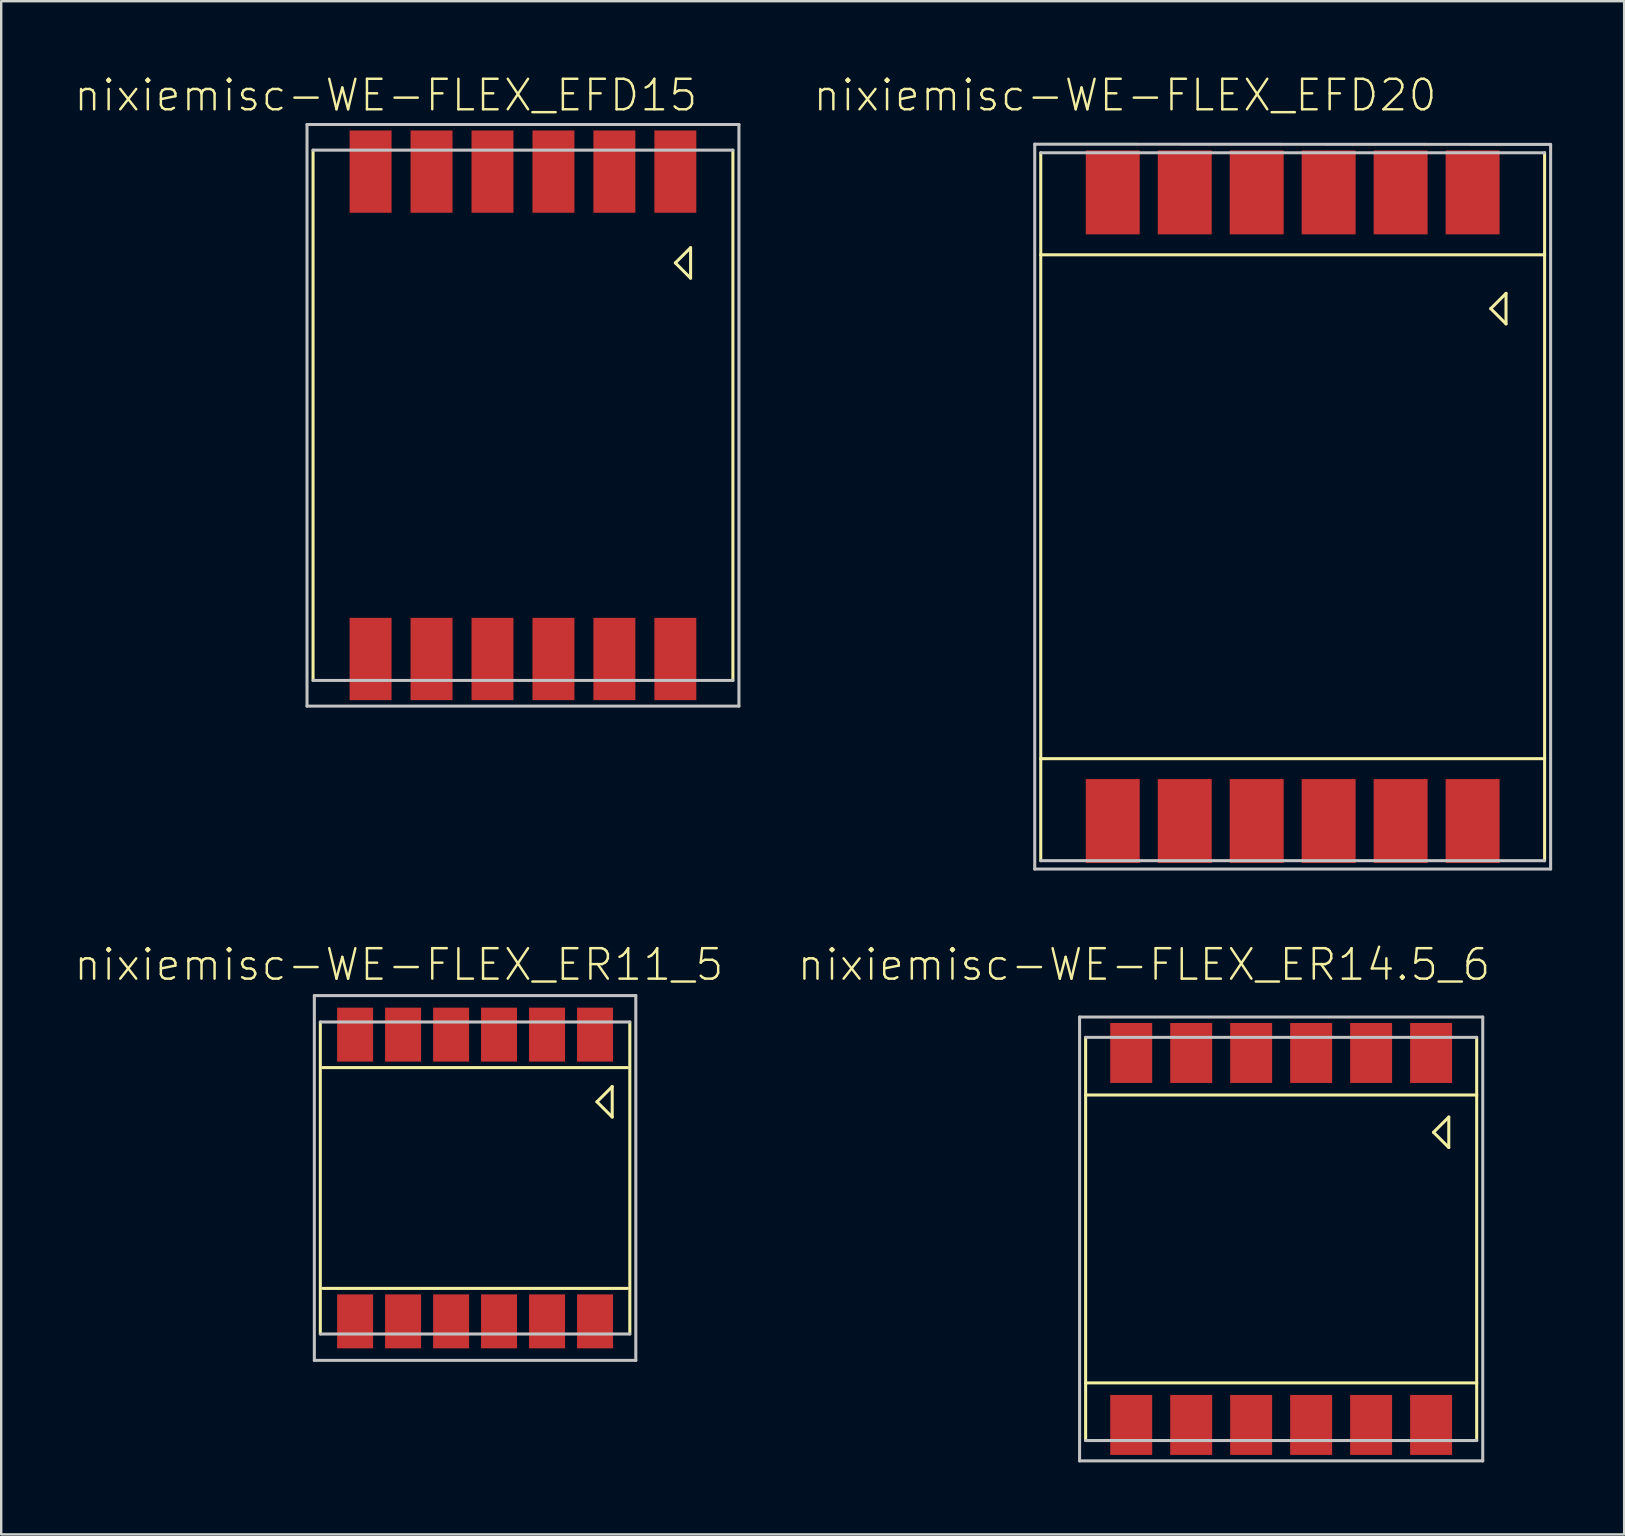
<source format=kicad_pcb>
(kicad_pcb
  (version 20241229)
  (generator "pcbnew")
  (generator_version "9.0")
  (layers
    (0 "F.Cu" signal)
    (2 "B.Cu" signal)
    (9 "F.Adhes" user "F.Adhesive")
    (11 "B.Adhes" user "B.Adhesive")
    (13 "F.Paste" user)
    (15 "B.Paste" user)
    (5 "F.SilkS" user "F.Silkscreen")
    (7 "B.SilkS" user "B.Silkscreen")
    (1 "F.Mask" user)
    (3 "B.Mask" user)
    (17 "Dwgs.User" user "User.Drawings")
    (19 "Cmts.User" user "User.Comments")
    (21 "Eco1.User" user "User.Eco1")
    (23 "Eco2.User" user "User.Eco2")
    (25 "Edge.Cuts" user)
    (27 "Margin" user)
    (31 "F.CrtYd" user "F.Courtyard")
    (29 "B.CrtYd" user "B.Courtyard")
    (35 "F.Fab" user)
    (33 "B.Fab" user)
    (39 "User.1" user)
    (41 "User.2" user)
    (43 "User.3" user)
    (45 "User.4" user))
  (footprint "nixiemisc-WE-FLEX_EFD20"
    (layer "F.Cu")
    (at 50.818 18.066)
    (property "Reference" "nixiemisc-WE-FLEX_EFD20" (at -6.985 -17.145 0) (layer "F.SilkS") (effects (font (size 1.27 1.27) (thickness 0.102))))
    (attr smd)
    (fp_line (start -10.498 -14.75) (end -10.498 -10.498) (stroke (width 0.127) (type solid)) (layer "F.SilkS"))
    (fp_line (start -10.498 -10.498) (end -10.498 10.498) (stroke (width 0.127) (type solid)) (layer "F.SilkS"))
    (fp_line (start -10.498 10.498) (end -10.498 14.75) (stroke (width 0.127) (type solid)) (layer "F.SilkS"))
    (fp_line (start 8.255 -8.255) (end 8.89 -7.62) (stroke (width 0.127) (type solid)) (layer "F.SilkS"))
    (fp_line (start 8.89 -8.89) (end 8.255 -8.255) (stroke (width 0.127) (type solid)) (layer "F.SilkS"))
    (fp_line (start 8.89 -7.62) (end 8.89 -8.89) (stroke (width 0.127) (type solid)) (layer "F.SilkS"))
    (fp_line (start 10.498 -10.498) (end -10.498 -10.498) (stroke (width 0.127) (type solid)) (layer "F.SilkS"))
    (fp_line (start 10.498 -10.498) (end 10.498 -14.75) (stroke (width 0.127) (type solid)) (layer "F.SilkS"))
    (fp_line (start 10.498 10.498) (end -10.498 10.498) (stroke (width 0.127) (type solid)) (layer "F.SilkS"))
    (fp_line (start 10.498 10.498) (end 10.498 -10.498) (stroke (width 0.127) (type solid)) (layer "F.SilkS"))
    (fp_line (start 10.498 14.75) (end 10.498 10.498) (stroke (width 0.127) (type solid)) (layer "F.SilkS"))
    (fp_line (start -10.749 -15.108) (end -10.749 15.098) (stroke (width 0.127) (type solid)) (layer "Dwgs.User"))
    (fp_line (start -10.749 15.098) (end 10.749 15.098) (stroke (width 0.127) (type solid)) (layer "Dwgs.User"))
    (fp_line (start -10.498 14.75) (end 10.498 14.75) (stroke (width 0.127) (type solid)) (layer "Dwgs.User"))
    (fp_line (start 10.498 -14.75) (end -10.498 -14.75) (stroke (width 0.127) (type solid)) (layer "Dwgs.User"))
    (fp_line (start 10.749 -15.098) (end -10.749 -15.108) (stroke (width 0.127) (type solid)) (layer "Dwgs.User"))
    (fp_line (start 10.749 15.098) (end 10.749 -15.098) (stroke (width 0.127) (type solid)) (layer "Dwgs.User"))
    (pad "1" smd rect (at 7.498 -13.099 180) (size 2.248 3.498) (layers "F.Cu" "F.Mask" "F.Paste"))
    (pad "2" smd rect (at 4.498 -13.099 180) (size 2.248 3.498) (layers "F.Cu" "F.Mask" "F.Paste"))
    (pad "3" smd rect (at 1.499 -13.099 180) (size 2.248 3.498) (layers "F.Cu" "F.Mask" "F.Paste"))
    (pad "4" smd rect (at -1.499 -13.099 180) (size 2.248 3.498) (layers "F.Cu" "F.Mask" "F.Paste"))
    (pad "5" smd rect (at -4.498 -13.099 180) (size 2.248 3.498) (layers "F.Cu" "F.Mask" "F.Paste"))
    (pad "6" smd rect (at -7.498 -13.099 180) (size 2.248 3.498) (layers "F.Cu" "F.Mask" "F.Paste"))
    (pad "7" smd rect (at -7.498 13.099 180) (size 2.248 3.498) (layers "F.Cu" "F.Mask" "F.Paste"))
    (pad "8" smd rect (at -4.498 13.099 180) (size 2.248 3.498) (layers "F.Cu" "F.Mask" "F.Paste"))
    (pad "9" smd rect (at -1.499 13.099 180) (size 2.248 3.498) (layers "F.Cu" "F.Mask" "F.Paste"))
    (pad "10" smd rect (at 1.499 13.099 180) (size 2.248 3.498) (layers "F.Cu" "F.Mask" "F.Paste"))
    (pad "11" smd rect (at 4.498 13.099 180) (size 2.248 3.498) (layers "F.Cu" "F.Mask" "F.Paste"))
    (pad "12" smd rect (at 7.498 13.099 180) (size 2.248 3.498) (layers "F.Cu" "F.Mask" "F.Paste")))
  (footprint "nixiemisc-WE-FLEX_EFD15"
    (layer "F.Cu")
    (at 18.743 14.256)
    (property "Reference" "nixiemisc-WE-FLEX_EFD15" (at -5.715 -13.335 0) (layer "F.SilkS") (effects (font (size 1.27 1.27) (thickness 0.102))))
    (attr smd)
    (fp_line (start -8.748 -11.049) (end -8.748 11.049) (stroke (width 0.127) (type solid)) (layer "F.SilkS"))
    (fp_line (start 6.35 -6.35) (end 6.985 -5.715) (stroke (width 0.127) (type solid)) (layer "F.SilkS"))
    (fp_line (start 6.985 -6.985) (end 6.35 -6.35) (stroke (width 0.127) (type solid)) (layer "F.SilkS"))
    (fp_line (start 6.985 -5.715) (end 6.985 -6.985) (stroke (width 0.127) (type solid)) (layer "F.SilkS"))
    (fp_line (start 8.748 11.049) (end 8.748 -11.049) (stroke (width 0.127) (type solid)) (layer "F.SilkS"))
    (fp_line (start -8.999 -12.118) (end -8.999 12.118) (stroke (width 0.127) (type solid)) (layer "Dwgs.User"))
    (fp_line (start -8.999 12.118) (end 8.999 12.118) (stroke (width 0.127) (type solid)) (layer "Dwgs.User"))
    (fp_line (start -8.748 11.049) (end 8.748 11.049) (stroke (width 0.127) (type solid)) (layer "Dwgs.User"))
    (fp_line (start 8.748 -11.049) (end -8.748 -11.049) (stroke (width 0.127) (type solid)) (layer "Dwgs.User"))
    (fp_line (start 8.999 -12.118) (end -8.999 -12.118) (stroke (width 0.127) (type solid)) (layer "Dwgs.User"))
    (fp_line (start 8.999 12.118) (end 8.999 -12.118) (stroke (width 0.127) (type solid)) (layer "Dwgs.User"))
    (pad "1" smd rect (at 6.35 -10.155 180) (size 1.748 3.429) (layers "F.Cu" "F.Mask" "F.Paste"))
    (pad "2" smd rect (at 3.81 -10.155 180) (size 1.748 3.429) (layers "F.Cu" "F.Mask" "F.Paste"))
    (pad "3" smd rect (at 1.27 -10.155 180) (size 1.748 3.429) (layers "F.Cu" "F.Mask" "F.Paste"))
    (pad "4" smd rect (at -1.27 -10.155 180) (size 1.748 3.429) (layers "F.Cu" "F.Mask" "F.Paste"))
    (pad "5" smd rect (at -3.81 -10.155 180) (size 1.748 3.429) (layers "F.Cu" "F.Mask" "F.Paste"))
    (pad "6" smd rect (at -6.35 -10.155 180) (size 1.748 3.429) (layers "F.Cu" "F.Mask" "F.Paste"))
    (pad "7" smd rect (at -6.35 10.155 180) (size 1.748 3.429) (layers "F.Cu" "F.Mask" "F.Paste"))
    (pad "8" smd rect (at -3.81 10.155 180) (size 1.748 3.429) (layers "F.Cu" "F.Mask" "F.Paste"))
    (pad "9" smd rect (at -1.27 10.155 180) (size 1.748 3.429) (layers "F.Cu" "F.Mask" "F.Paste"))
    (pad "10" smd rect (at 1.27 10.155 180) (size 1.748 3.429) (layers "F.Cu" "F.Mask" "F.Paste"))
    (pad "11" smd rect (at 3.81 10.155 180) (size 1.748 3.429) (layers "F.Cu" "F.Mask" "F.Paste"))
    (pad "12" smd rect (at 6.35 10.155 180) (size 1.748 3.429) (layers "F.Cu" "F.Mask" "F.Paste")))
  (footprint "nixiemisc-WE-FLEX_ER11_5"
    (layer "F.Cu")
    (at 16.747 46.039)
    (property "Reference" "nixiemisc-WE-FLEX_ER11_5" (at -3.175 -8.89 0) (layer "F.SilkS") (effects (font (size 1.27 1.27) (thickness 0.102))))
    (attr smd)
    (fp_line (start -6.449 -6.5) (end -6.449 6.5) (stroke (width 0.127) (type solid)) (layer "F.SilkS"))
    (fp_line (start 5.08 -3.175) (end 5.715 -3.81) (stroke (width 0.127) (type solid)) (layer "F.SilkS"))
    (fp_line (start 5.715 -3.81) (end 5.715 -2.54) (stroke (width 0.127) (type solid)) (layer "F.SilkS"))
    (fp_line (start 5.715 -2.54) (end 5.08 -3.175) (stroke (width 0.127) (type solid)) (layer "F.SilkS"))
    (fp_line (start 6.35 -4.6) (end -6.35 -4.6) (stroke (width 0.127) (type solid)) (layer "F.SilkS"))
    (fp_line (start 6.35 4.6) (end -6.35 4.6) (stroke (width 0.127) (type solid)) (layer "F.SilkS"))
    (fp_line (start 6.449 6.5) (end 6.449 -6.5) (stroke (width 0.127) (type solid)) (layer "F.SilkS"))
    (fp_line (start -6.698 -7.6) (end -6.698 7.6) (stroke (width 0.127) (type solid)) (layer "Dwgs.User"))
    (fp_line (start -6.698 7.6) (end 6.698 7.6) (stroke (width 0.127) (type solid)) (layer "Dwgs.User"))
    (fp_line (start -6.449 6.5) (end 6.449 6.5) (stroke (width 0.127) (type solid)) (layer "Dwgs.User"))
    (fp_line (start 6.449 -6.5) (end -6.449 -6.5) (stroke (width 0.127) (type solid)) (layer "Dwgs.User"))
    (fp_line (start 6.698 -7.6) (end -6.698 -7.6) (stroke (width 0.127) (type solid)) (layer "Dwgs.User"))
    (fp_line (start 6.698 7.6) (end 6.698 -7.6) (stroke (width 0.127) (type solid)) (layer "Dwgs.User"))
    (pad "1" smd rect (at 4.999 -5.974 180) (size 1.499 2.248) (layers "F.Cu" "F.Mask" "F.Paste"))
    (pad "2" smd rect (at 3 -5.974 180) (size 1.499 2.248) (layers "F.Cu" "F.Mask" "F.Paste"))
    (pad "3" smd rect (at 0.998 -5.974 180) (size 1.499 2.248) (layers "F.Cu" "F.Mask" "F.Paste"))
    (pad "4" smd rect (at -0.998 -5.974 180) (size 1.499 2.248) (layers "F.Cu" "F.Mask" "F.Paste"))
    (pad "5" smd rect (at -3 -5.974 180) (size 1.499 2.248) (layers "F.Cu" "F.Mask" "F.Paste"))
    (pad "6" smd rect (at -4.999 -5.974 180) (size 1.499 2.248) (layers "F.Cu" "F.Mask" "F.Paste"))
    (pad "7" smd rect (at -4.999 5.974 180) (size 1.499 2.248) (layers "F.Cu" "F.Mask" "F.Paste"))
    (pad "8" smd rect (at -3 5.974 180) (size 1.499 2.248) (layers "F.Cu" "F.Mask" "F.Paste"))
    (pad "9" smd rect (at -0.998 5.974 180) (size 1.499 2.248) (layers "F.Cu" "F.Mask" "F.Paste"))
    (pad "10" smd rect (at 0.998 5.974 180) (size 1.499 2.248) (layers "F.Cu" "F.Mask" "F.Paste"))
    (pad "11" smd rect (at 3 5.974 180) (size 1.499 2.248) (layers "F.Cu" "F.Mask" "F.Paste"))
    (pad "12" smd rect (at 4.999 5.974 180) (size 1.499 2.248) (layers "F.Cu" "F.Mask" "F.Paste")))
  (footprint "nixiemisc-WE-FLEX_ER14.5_6"
    (layer "F.Cu")
    (at 50.338 48.579)
    (property "Reference" "nixiemisc-WE-FLEX_ER14.5_6" (at -5.715 -11.43 0) (layer "F.SilkS") (effects (font (size 1.27 1.27) (thickness 0.102))))
    (attr smd)
    (fp_line (start -8.148 -8.4) (end -8.148 -5.999) (stroke (width 0.127) (type solid)) (layer "F.SilkS"))
    (fp_line (start -8.148 -5.999) (end -8.148 5.999) (stroke (width 0.127) (type solid)) (layer "F.SilkS"))
    (fp_line (start -8.148 5.999) (end -8.148 8.4) (stroke (width 0.127) (type solid)) (layer "F.SilkS"))
    (fp_line (start 6.35 -4.445) (end 6.985 -5.08) (stroke (width 0.127) (type solid)) (layer "F.SilkS"))
    (fp_line (start 6.985 -5.08) (end 6.985 -3.81) (stroke (width 0.127) (type solid)) (layer "F.SilkS"))
    (fp_line (start 6.985 -3.81) (end 6.35 -4.445) (stroke (width 0.127) (type solid)) (layer "F.SilkS"))
    (fp_line (start 8.148 -5.999) (end -8.148 -5.999) (stroke (width 0.127) (type solid)) (layer "F.SilkS"))
    (fp_line (start 8.148 -5.999) (end 8.148 -8.4) (stroke (width 0.127) (type solid)) (layer "F.SilkS"))
    (fp_line (start 8.148 5.999) (end -8.148 5.999) (stroke (width 0.127) (type solid)) (layer "F.SilkS"))
    (fp_line (start 8.148 5.999) (end 8.148 -5.999) (stroke (width 0.127) (type solid)) (layer "F.SilkS"))
    (fp_line (start 8.148 8.4) (end 8.148 5.999) (stroke (width 0.127) (type solid)) (layer "F.SilkS"))
    (fp_line (start -8.4 -9.248) (end -8.4 9.248) (stroke (width 0.127) (type solid)) (layer "Dwgs.User"))
    (fp_line (start -8.4 9.248) (end 8.4 9.248) (stroke (width 0.127) (type solid)) (layer "Dwgs.User"))
    (fp_line (start -8.148 8.4) (end 8.148 8.4) (stroke (width 0.127) (type solid)) (layer "Dwgs.User"))
    (fp_line (start 8.148 -8.4) (end -8.148 -8.4) (stroke (width 0.127) (type solid)) (layer "Dwgs.User"))
    (fp_line (start 8.4 -9.248) (end -8.4 -9.248) (stroke (width 0.127) (type solid)) (layer "Dwgs.User"))
    (fp_line (start 8.4 9.248) (end 8.4 -9.248) (stroke (width 0.127) (type solid)) (layer "Dwgs.User"))
    (pad "1" smd rect (at 6.248 -7.75 180) (size 1.748 2.499) (layers "F.Cu" "F.Mask" "F.Paste"))
    (pad "2" smd rect (at 3.749 -7.75 180) (size 1.748 2.499) (layers "F.Cu" "F.Mask" "F.Paste"))
    (pad "3" smd rect (at 1.25 -7.75 180) (size 1.748 2.499) (layers "F.Cu" "F.Mask" "F.Paste"))
    (pad "4" smd rect (at -1.25 -7.75 180) (size 1.748 2.499) (layers "F.Cu" "F.Mask" "F.Paste"))
    (pad "5" smd rect (at -3.749 -7.75 180) (size 1.748 2.499) (layers "F.Cu" "F.Mask" "F.Paste"))
    (pad "6" smd rect (at -6.248 -7.75 180) (size 1.748 2.499) (layers "F.Cu" "F.Mask" "F.Paste"))
    (pad "7" smd rect (at -6.248 7.75 180) (size 1.748 2.499) (layers "F.Cu" "F.Mask" "F.Paste"))
    (pad "8" smd rect (at -3.749 7.75 180) (size 1.748 2.499) (layers "F.Cu" "F.Mask" "F.Paste"))
    (pad "9" smd rect (at -1.25 7.75 180) (size 1.748 2.499) (layers "F.Cu" "F.Mask" "F.Paste"))
    (pad "10" smd rect (at 1.25 7.75 180) (size 1.748 2.499) (layers "F.Cu" "F.Mask" "F.Paste"))
    (pad "11" smd rect (at 3.749 7.75 180) (size 1.748 2.499) (layers "F.Cu" "F.Mask" "F.Paste"))
    (pad "12" smd rect (at 6.248 7.75 180) (size 1.748 2.499) (layers "F.Cu" "F.Mask" "F.Paste")))
  (gr_rect
    (start -3 -3)
    (end 64.631 60.89)
    (stroke (width 0.1) (type default))
    (fill no)
    (layer "Edge.Cuts")))
</source>
